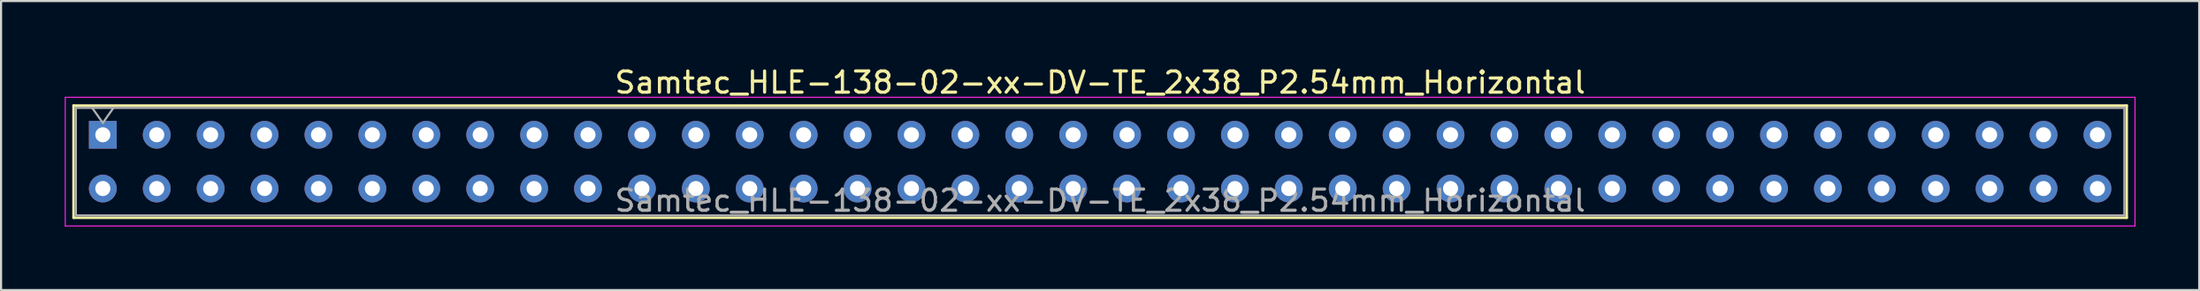
<source format=kicad_pcb>
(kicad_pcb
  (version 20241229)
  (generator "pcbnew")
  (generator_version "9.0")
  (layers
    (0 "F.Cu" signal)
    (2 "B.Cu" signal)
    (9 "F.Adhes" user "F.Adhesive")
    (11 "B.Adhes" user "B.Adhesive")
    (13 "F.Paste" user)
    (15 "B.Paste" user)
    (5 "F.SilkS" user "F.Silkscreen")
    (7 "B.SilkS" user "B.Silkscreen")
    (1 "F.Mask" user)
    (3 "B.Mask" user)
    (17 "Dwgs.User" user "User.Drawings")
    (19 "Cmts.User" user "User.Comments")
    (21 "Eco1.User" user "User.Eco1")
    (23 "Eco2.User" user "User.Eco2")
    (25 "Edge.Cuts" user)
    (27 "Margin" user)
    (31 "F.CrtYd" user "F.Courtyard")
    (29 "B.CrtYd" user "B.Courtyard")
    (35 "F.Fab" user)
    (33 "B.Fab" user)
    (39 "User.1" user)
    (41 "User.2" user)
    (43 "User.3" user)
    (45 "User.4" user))
  (footprint "Samtec_HLE-138-02-xx-DV-TE_2x38_P2.54mm_Horizontal"
    (layer "F.Cu")
    (at 1.795 3.318)
    (property "Reference" "Samtec_HLE-138-02-xx-DV-TE_2x38_P2.54mm_Horizontal" (at 46.99 -2.47 0) (layer "F.SilkS") (effects (font (size 1 1) (thickness 0.15))))
    (attr through_hole)
    (fp_line (start -1.38 -1.38) (end 95.36 -1.38) (stroke (width 0.12) (type solid)) (layer "F.SilkS"))
    (fp_line (start -1.38 3.92) (end -1.38 -1.38) (stroke (width 0.12) (type solid)) (layer "F.SilkS"))
    (fp_line (start 95.36 -1.38) (end 95.36 3.92) (stroke (width 0.12) (type solid)) (layer "F.SilkS"))
    (fp_line (start 95.36 3.92) (end -1.38 3.92) (stroke (width 0.12) (type solid)) (layer "F.SilkS"))
    (fp_line (start -1.77 -1.77) (end 95.75 -1.77) (stroke (width 0.05) (type solid)) (layer "F.CrtYd"))
    (fp_line (start -1.77 4.31) (end -1.77 -1.77) (stroke (width 0.05) (type solid)) (layer "F.CrtYd"))
    (fp_line (start 95.75 -1.77) (end 95.75 4.31) (stroke (width 0.05) (type solid)) (layer "F.CrtYd"))
    (fp_line (start 95.75 4.31) (end -1.77 4.31) (stroke (width 0.05) (type solid)) (layer "F.CrtYd"))
    (fp_line (start -1.27 -1.27) (end 95.25 -1.27) (stroke (width 0.1) (type solid)) (layer "F.Fab"))
    (fp_line (start -1.27 3.81) (end -1.27 -1.27) (stroke (width 0.1) (type solid)) (layer "F.Fab"))
    (fp_line (start -0.5 -1.27) (end 0 -0.563) (stroke (width 0.1) (type solid)) (layer "F.Fab"))
    (fp_line (start 0 -0.563) (end 0.5 -1.27) (stroke (width 0.1) (type solid)) (layer "F.Fab"))
    (fp_line (start 95.25 -1.27) (end 95.25 3.81) (stroke (width 0.1) (type solid)) (layer "F.Fab"))
    (fp_line (start 95.25 3.81) (end -1.27 3.81) (stroke (width 0.1) (type solid)) (layer "F.Fab"))
    (fp_text user "${REFERENCE}" (at 46.99 3.11 0) (layer "F.Fab") (effects (font (size 1 1) (thickness 0.15))))
    (pad "1" thru_hole rect (at 0 0) (size 1.31 1.31) (drill 0.71) (layers "*.Cu" "*.Mask"))
    (pad "2" thru_hole circle (at 0 2.54) (size 1.31 1.31) (drill 0.71) (layers "*.Cu" "*.Mask"))
    (pad "3" thru_hole circle (at 2.54 0) (size 1.31 1.31) (drill 0.71) (layers "*.Cu" "*.Mask"))
    (pad "4" thru_hole circle (at 2.54 2.54) (size 1.31 1.31) (drill 0.71) (layers "*.Cu" "*.Mask"))
    (pad "5" thru_hole circle (at 5.08 0) (size 1.31 1.31) (drill 0.71) (layers "*.Cu" "*.Mask"))
    (pad "6" thru_hole circle (at 5.08 2.54) (size 1.31 1.31) (drill 0.71) (layers "*.Cu" "*.Mask"))
    (pad "7" thru_hole circle (at 7.62 0) (size 1.31 1.31) (drill 0.71) (layers "*.Cu" "*.Mask"))
    (pad "8" thru_hole circle (at 7.62 2.54) (size 1.31 1.31) (drill 0.71) (layers "*.Cu" "*.Mask"))
    (pad "9" thru_hole circle (at 10.16 0) (size 1.31 1.31) (drill 0.71) (layers "*.Cu" "*.Mask"))
    (pad "10" thru_hole circle (at 10.16 2.54) (size 1.31 1.31) (drill 0.71) (layers "*.Cu" "*.Mask"))
    (pad "11" thru_hole circle (at 12.7 0) (size 1.31 1.31) (drill 0.71) (layers "*.Cu" "*.Mask"))
    (pad "12" thru_hole circle (at 12.7 2.54) (size 1.31 1.31) (drill 0.71) (layers "*.Cu" "*.Mask"))
    (pad "13" thru_hole circle (at 15.24 0) (size 1.31 1.31) (drill 0.71) (layers "*.Cu" "*.Mask"))
    (pad "14" thru_hole circle (at 15.24 2.54) (size 1.31 1.31) (drill 0.71) (layers "*.Cu" "*.Mask"))
    (pad "15" thru_hole circle (at 17.78 0) (size 1.31 1.31) (drill 0.71) (layers "*.Cu" "*.Mask"))
    (pad "16" thru_hole circle (at 17.78 2.54) (size 1.31 1.31) (drill 0.71) (layers "*.Cu" "*.Mask"))
    (pad "17" thru_hole circle (at 20.32 0) (size 1.31 1.31) (drill 0.71) (layers "*.Cu" "*.Mask"))
    (pad "18" thru_hole circle (at 20.32 2.54) (size 1.31 1.31) (drill 0.71) (layers "*.Cu" "*.Mask"))
    (pad "19" thru_hole circle (at 22.86 0) (size 1.31 1.31) (drill 0.71) (layers "*.Cu" "*.Mask"))
    (pad "20" thru_hole circle (at 22.86 2.54) (size 1.31 1.31) (drill 0.71) (layers "*.Cu" "*.Mask"))
    (pad "21" thru_hole circle (at 25.4 0) (size 1.31 1.31) (drill 0.71) (layers "*.Cu" "*.Mask"))
    (pad "22" thru_hole circle (at 25.4 2.54) (size 1.31 1.31) (drill 0.71) (layers "*.Cu" "*.Mask"))
    (pad "23" thru_hole circle (at 27.94 0) (size 1.31 1.31) (drill 0.71) (layers "*.Cu" "*.Mask"))
    (pad "24" thru_hole circle (at 27.94 2.54) (size 1.31 1.31) (drill 0.71) (layers "*.Cu" "*.Mask"))
    (pad "25" thru_hole circle (at 30.48 0) (size 1.31 1.31) (drill 0.71) (layers "*.Cu" "*.Mask"))
    (pad "26" thru_hole circle (at 30.48 2.54) (size 1.31 1.31) (drill 0.71) (layers "*.Cu" "*.Mask"))
    (pad "27" thru_hole circle (at 33.02 0) (size 1.31 1.31) (drill 0.71) (layers "*.Cu" "*.Mask"))
    (pad "28" thru_hole circle (at 33.02 2.54) (size 1.31 1.31) (drill 0.71) (layers "*.Cu" "*.Mask"))
    (pad "29" thru_hole circle (at 35.56 0) (size 1.31 1.31) (drill 0.71) (layers "*.Cu" "*.Mask"))
    (pad "30" thru_hole circle (at 35.56 2.54) (size 1.31 1.31) (drill 0.71) (layers "*.Cu" "*.Mask"))
    (pad "31" thru_hole circle (at 38.1 0) (size 1.31 1.31) (drill 0.71) (layers "*.Cu" "*.Mask"))
    (pad "32" thru_hole circle (at 38.1 2.54) (size 1.31 1.31) (drill 0.71) (layers "*.Cu" "*.Mask"))
    (pad "33" thru_hole circle (at 40.64 0) (size 1.31 1.31) (drill 0.71) (layers "*.Cu" "*.Mask"))
    (pad "34" thru_hole circle (at 40.64 2.54) (size 1.31 1.31) (drill 0.71) (layers "*.Cu" "*.Mask"))
    (pad "35" thru_hole circle (at 43.18 0) (size 1.31 1.31) (drill 0.71) (layers "*.Cu" "*.Mask"))
    (pad "36" thru_hole circle (at 43.18 2.54) (size 1.31 1.31) (drill 0.71) (layers "*.Cu" "*.Mask"))
    (pad "37" thru_hole circle (at 45.72 0) (size 1.31 1.31) (drill 0.71) (layers "*.Cu" "*.Mask"))
    (pad "38" thru_hole circle (at 45.72 2.54) (size 1.31 1.31) (drill 0.71) (layers "*.Cu" "*.Mask"))
    (pad "39" thru_hole circle (at 48.26 0) (size 1.31 1.31) (drill 0.71) (layers "*.Cu" "*.Mask"))
    (pad "40" thru_hole circle (at 48.26 2.54) (size 1.31 1.31) (drill 0.71) (layers "*.Cu" "*.Mask"))
    (pad "41" thru_hole circle (at 50.8 0) (size 1.31 1.31) (drill 0.71) (layers "*.Cu" "*.Mask"))
    (pad "42" thru_hole circle (at 50.8 2.54) (size 1.31 1.31) (drill 0.71) (layers "*.Cu" "*.Mask"))
    (pad "43" thru_hole circle (at 53.34 0) (size 1.31 1.31) (drill 0.71) (layers "*.Cu" "*.Mask"))
    (pad "44" thru_hole circle (at 53.34 2.54) (size 1.31 1.31) (drill 0.71) (layers "*.Cu" "*.Mask"))
    (pad "45" thru_hole circle (at 55.88 0) (size 1.31 1.31) (drill 0.71) (layers "*.Cu" "*.Mask"))
    (pad "46" thru_hole circle (at 55.88 2.54) (size 1.31 1.31) (drill 0.71) (layers "*.Cu" "*.Mask"))
    (pad "47" thru_hole circle (at 58.42 0) (size 1.31 1.31) (drill 0.71) (layers "*.Cu" "*.Mask"))
    (pad "48" thru_hole circle (at 58.42 2.54) (size 1.31 1.31) (drill 0.71) (layers "*.Cu" "*.Mask"))
    (pad "49" thru_hole circle (at 60.96 0) (size 1.31 1.31) (drill 0.71) (layers "*.Cu" "*.Mask"))
    (pad "50" thru_hole circle (at 60.96 2.54) (size 1.31 1.31) (drill 0.71) (layers "*.Cu" "*.Mask"))
    (pad "51" thru_hole circle (at 63.5 0) (size 1.31 1.31) (drill 0.71) (layers "*.Cu" "*.Mask"))
    (pad "52" thru_hole circle (at 63.5 2.54) (size 1.31 1.31) (drill 0.71) (layers "*.Cu" "*.Mask"))
    (pad "53" thru_hole circle (at 66.04 0) (size 1.31 1.31) (drill 0.71) (layers "*.Cu" "*.Mask"))
    (pad "54" thru_hole circle (at 66.04 2.54) (size 1.31 1.31) (drill 0.71) (layers "*.Cu" "*.Mask"))
    (pad "55" thru_hole circle (at 68.58 0) (size 1.31 1.31) (drill 0.71) (layers "*.Cu" "*.Mask"))
    (pad "56" thru_hole circle (at 68.58 2.54) (size 1.31 1.31) (drill 0.71) (layers "*.Cu" "*.Mask"))
    (pad "57" thru_hole circle (at 71.12 0) (size 1.31 1.31) (drill 0.71) (layers "*.Cu" "*.Mask"))
    (pad "58" thru_hole circle (at 71.12 2.54) (size 1.31 1.31) (drill 0.71) (layers "*.Cu" "*.Mask"))
    (pad "59" thru_hole circle (at 73.66 0) (size 1.31 1.31) (drill 0.71) (layers "*.Cu" "*.Mask"))
    (pad "60" thru_hole circle (at 73.66 2.54) (size 1.31 1.31) (drill 0.71) (layers "*.Cu" "*.Mask"))
    (pad "61" thru_hole circle (at 76.2 0) (size 1.31 1.31) (drill 0.71) (layers "*.Cu" "*.Mask"))
    (pad "62" thru_hole circle (at 76.2 2.54) (size 1.31 1.31) (drill 0.71) (layers "*.Cu" "*.Mask"))
    (pad "63" thru_hole circle (at 78.74 0) (size 1.31 1.31) (drill 0.71) (layers "*.Cu" "*.Mask"))
    (pad "64" thru_hole circle (at 78.74 2.54) (size 1.31 1.31) (drill 0.71) (layers "*.Cu" "*.Mask"))
    (pad "65" thru_hole circle (at 81.28 0) (size 1.31 1.31) (drill 0.71) (layers "*.Cu" "*.Mask"))
    (pad "66" thru_hole circle (at 81.28 2.54) (size 1.31 1.31) (drill 0.71) (layers "*.Cu" "*.Mask"))
    (pad "67" thru_hole circle (at 83.82 0) (size 1.31 1.31) (drill 0.71) (layers "*.Cu" "*.Mask"))
    (pad "68" thru_hole circle (at 83.82 2.54) (size 1.31 1.31) (drill 0.71) (layers "*.Cu" "*.Mask"))
    (pad "69" thru_hole circle (at 86.36 0) (size 1.31 1.31) (drill 0.71) (layers "*.Cu" "*.Mask"))
    (pad "70" thru_hole circle (at 86.36 2.54) (size 1.31 1.31) (drill 0.71) (layers "*.Cu" "*.Mask"))
    (pad "71" thru_hole circle (at 88.9 0) (size 1.31 1.31) (drill 0.71) (layers "*.Cu" "*.Mask"))
    (pad "72" thru_hole circle (at 88.9 2.54) (size 1.31 1.31) (drill 0.71) (layers "*.Cu" "*.Mask"))
    (pad "73" thru_hole circle (at 91.44 0) (size 1.31 1.31) (drill 0.71) (layers "*.Cu" "*.Mask"))
    (pad "74" thru_hole circle (at 91.44 2.54) (size 1.31 1.31) (drill 0.71) (layers "*.Cu" "*.Mask"))
    (pad "75" thru_hole circle (at 93.98 0) (size 1.31 1.31) (drill 0.71) (layers "*.Cu" "*.Mask"))
    (pad "76" thru_hole circle (at 93.98 2.54) (size 1.31 1.31) (drill 0.71) (layers "*.Cu" "*.Mask")))
  (gr_rect
    (start -3 -3)
    (end 100.57 10.653)
    (stroke (width 0.1) (type default))
    (fill no)
    (layer "Edge.Cuts")))
</source>
